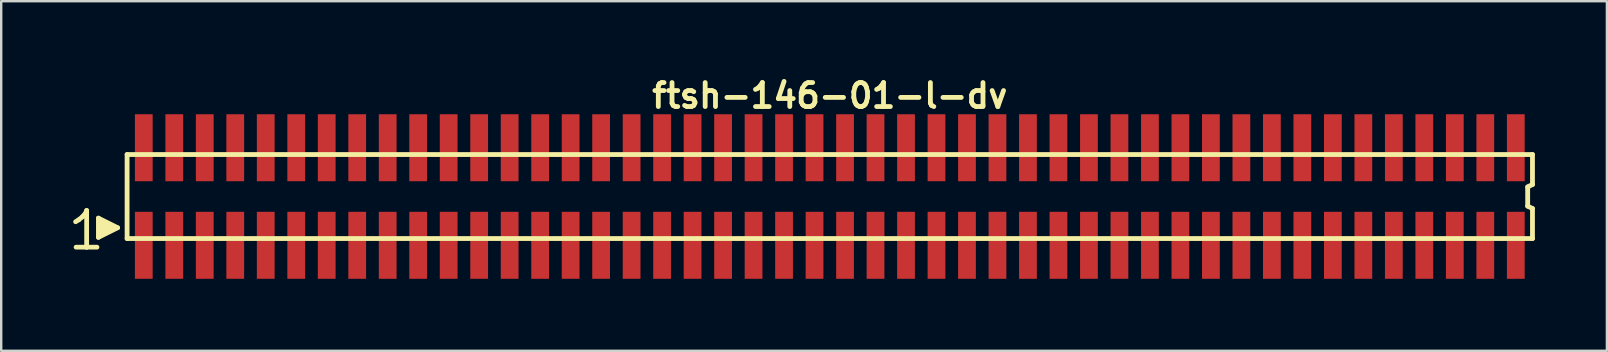
<source format=kicad_pcb>
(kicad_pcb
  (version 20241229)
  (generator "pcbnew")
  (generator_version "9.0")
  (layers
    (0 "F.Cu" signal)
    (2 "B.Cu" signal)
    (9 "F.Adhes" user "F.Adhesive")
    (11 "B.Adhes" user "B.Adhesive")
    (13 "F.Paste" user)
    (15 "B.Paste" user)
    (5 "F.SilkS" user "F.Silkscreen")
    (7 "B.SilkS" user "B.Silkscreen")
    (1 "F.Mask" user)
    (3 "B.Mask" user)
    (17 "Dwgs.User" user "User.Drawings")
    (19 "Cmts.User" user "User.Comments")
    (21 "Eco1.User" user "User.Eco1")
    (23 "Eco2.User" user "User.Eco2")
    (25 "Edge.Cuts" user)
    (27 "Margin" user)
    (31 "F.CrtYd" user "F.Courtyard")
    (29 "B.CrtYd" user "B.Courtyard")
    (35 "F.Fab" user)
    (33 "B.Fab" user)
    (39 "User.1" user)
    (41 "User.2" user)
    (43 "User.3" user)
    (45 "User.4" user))
  (footprint "ftsh-146-01-l-dv"
    (layer "F.Cu")
    (at 31.514 5.136)
    (property "Reference" "ftsh-146-01-l-dv" (at 0 -4.2 0) (layer "F.SilkS") (effects (font (size 1 1) (thickness 0.2))))
    (attr through_hole)
    (fp_line (start -31.415 1.05) (end -31.285 0.97) (stroke (width 0.198) (type solid)) (layer "F.SilkS"))
    (fp_line (start -31.285 0.97) (end -31.125 0.84) (stroke (width 0.198) (type solid)) (layer "F.SilkS"))
    (fp_line (start -31.125 0.84) (end -30.985 0.67) (stroke (width 0.198) (type solid)) (layer "F.SilkS"))
    (fp_line (start -30.985 0.67) (end -30.955 0.58) (stroke (width 0.198) (type solid)) (layer "F.SilkS"))
    (fp_line (start -30.955 0.58) (end -30.955 2.11) (stroke (width 0.198) (type solid)) (layer "F.SilkS"))
    (fp_line (start -30.955 2.11) (end -31.395 2.11) (stroke (width 0.198) (type solid)) (layer "F.SilkS"))
    (fp_line (start -30.525 2.11) (end -30.965 2.11) (stroke (width 0.198) (type solid)) (layer "F.SilkS"))
    (fp_line (start -30.465 0.9) (end -29.665 1.3) (stroke (width 0.198) (type solid)) (layer "F.SilkS"))
    (fp_line (start -30.465 1.7) (end -30.465 0.9) (stroke (width 0.198) (type solid)) (layer "F.SilkS"))
    (fp_line (start -30.365 1.6) (end -30.365 1) (stroke (width 0.198) (type solid)) (layer "F.SilkS"))
    (fp_line (start -30.265 1.1) (end -30.265 1.5) (stroke (width 0.198) (type solid)) (layer "F.SilkS"))
    (fp_line (start -30.165 1.5) (end -30.165 1.1) (stroke (width 0.198) (type solid)) (layer "F.SilkS"))
    (fp_line (start -30.065 1.2) (end -30.065 1.4) (stroke (width 0.198) (type solid)) (layer "F.SilkS"))
    (fp_line (start -29.965 1.4) (end -29.965 1.2) (stroke (width 0.198) (type solid)) (layer "F.SilkS"))
    (fp_line (start -29.665 1.3) (end -30.465 1.7) (stroke (width 0.198) (type solid)) (layer "F.SilkS"))
    (fp_line (start -29.27 -1.75) (end -29.27 1.75) (stroke (width 0.2) (type solid)) (layer "F.SilkS"))
    (fp_line (start -29.27 -1.75) (end 29.27 -1.75) (stroke (width 0.2) (type solid)) (layer "F.SilkS"))
    (fp_line (start -29.27 1.75) (end 29.27 1.75) (stroke (width 0.2) (type solid)) (layer "F.SilkS"))
    (fp_line (start 29.07 -0.4) (end 29.07 0.4) (stroke (width 0.2) (type solid)) (layer "F.SilkS"))
    (fp_line (start 29.07 -0.4) (end 29.27 -0.5) (stroke (width 0.2) (type solid)) (layer "F.SilkS"))
    (fp_line (start 29.07 0.4) (end 29.27 0.5) (stroke (width 0.2) (type solid)) (layer "F.SilkS"))
    (fp_line (start 29.27 -0.5) (end 29.27 -1.75) (stroke (width 0.2) (type solid)) (layer "F.SilkS"))
    (fp_line (start 29.27 0.5) (end 29.27 1.75) (stroke (width 0.2) (type solid)) (layer "F.SilkS"))
    (pad "1" smd rect (at -28.575 2.032) (size 0.74 2.79) (layers "F.Cu" "F.Mask" "F.Paste"))
    (pad "2" smd rect (at -28.575 -2.032) (size 0.74 2.79) (layers "F.Cu" "F.Mask" "F.Paste"))
    (pad "3" smd rect (at -27.305 2.032) (size 0.74 2.79) (layers "F.Cu" "F.Mask" "F.Paste"))
    (pad "4" smd rect (at -27.305 -2.032) (size 0.74 2.79) (layers "F.Cu" "F.Mask" "F.Paste"))
    (pad "5" smd rect (at -26.035 2.032) (size 0.74 2.79) (layers "F.Cu" "F.Mask" "F.Paste"))
    (pad "6" smd rect (at -26.035 -2.032) (size 0.74 2.79) (layers "F.Cu" "F.Mask" "F.Paste"))
    (pad "7" smd rect (at -24.765 2.032) (size 0.74 2.79) (layers "F.Cu" "F.Mask" "F.Paste"))
    (pad "8" smd rect (at -24.765 -2.032) (size 0.74 2.79) (layers "F.Cu" "F.Mask" "F.Paste"))
    (pad "9" smd rect (at -23.495 2.032) (size 0.74 2.79) (layers "F.Cu" "F.Mask" "F.Paste"))
    (pad "10" smd rect (at -23.495 -2.032) (size 0.74 2.79) (layers "F.Cu" "F.Mask" "F.Paste"))
    (pad "11" smd rect (at -22.225 2.032) (size 0.74 2.79) (layers "F.Cu" "F.Mask" "F.Paste"))
    (pad "12" smd rect (at -22.225 -2.032) (size 0.74 2.79) (layers "F.Cu" "F.Mask" "F.Paste"))
    (pad "13" smd rect (at -20.955 2.032) (size 0.74 2.79) (layers "F.Cu" "F.Mask" "F.Paste"))
    (pad "14" smd rect (at -20.955 -2.032) (size 0.74 2.79) (layers "F.Cu" "F.Mask" "F.Paste"))
    (pad "15" smd rect (at -19.685 2.032) (size 0.74 2.79) (layers "F.Cu" "F.Mask" "F.Paste"))
    (pad "16" smd rect (at -19.685 -2.032) (size 0.74 2.79) (layers "F.Cu" "F.Mask" "F.Paste"))
    (pad "17" smd rect (at -18.415 2.032) (size 0.74 2.79) (layers "F.Cu" "F.Mask" "F.Paste"))
    (pad "18" smd rect (at -18.415 -2.032) (size 0.74 2.79) (layers "F.Cu" "F.Mask" "F.Paste"))
    (pad "19" smd rect (at -17.145 2.032) (size 0.74 2.79) (layers "F.Cu" "F.Mask" "F.Paste"))
    (pad "20" smd rect (at -17.145 -2.032) (size 0.74 2.79) (layers "F.Cu" "F.Mask" "F.Paste"))
    (pad "21" smd rect (at -15.875 2.032) (size 0.74 2.79) (layers "F.Cu" "F.Mask" "F.Paste"))
    (pad "22" smd rect (at -15.875 -2.032) (size 0.74 2.79) (layers "F.Cu" "F.Mask" "F.Paste"))
    (pad "23" smd rect (at -14.605 2.032) (size 0.74 2.79) (layers "F.Cu" "F.Mask" "F.Paste"))
    (pad "24" smd rect (at -14.605 -2.032) (size 0.74 2.79) (layers "F.Cu" "F.Mask" "F.Paste"))
    (pad "25" smd rect (at -13.335 2.032) (size 0.74 2.79) (layers "F.Cu" "F.Mask" "F.Paste"))
    (pad "26" smd rect (at -13.335 -2.032) (size 0.74 2.79) (layers "F.Cu" "F.Mask" "F.Paste"))
    (pad "27" smd rect (at -12.065 2.032) (size 0.74 2.79) (layers "F.Cu" "F.Mask" "F.Paste"))
    (pad "28" smd rect (at -12.065 -2.032) (size 0.74 2.79) (layers "F.Cu" "F.Mask" "F.Paste"))
    (pad "29" smd rect (at -10.795 2.032) (size 0.74 2.79) (layers "F.Cu" "F.Mask" "F.Paste"))
    (pad "30" smd rect (at -10.795 -2.032) (size 0.74 2.79) (layers "F.Cu" "F.Mask" "F.Paste"))
    (pad "31" smd rect (at -9.525 2.032) (size 0.74 2.79) (layers "F.Cu" "F.Mask" "F.Paste"))
    (pad "32" smd rect (at -9.525 -2.032) (size 0.74 2.79) (layers "F.Cu" "F.Mask" "F.Paste"))
    (pad "33" smd rect (at -8.255 2.032) (size 0.74 2.79) (layers "F.Cu" "F.Mask" "F.Paste"))
    (pad "34" smd rect (at -8.255 -2.032) (size 0.74 2.79) (layers "F.Cu" "F.Mask" "F.Paste"))
    (pad "35" smd rect (at -6.985 2.032) (size 0.74 2.79) (layers "F.Cu" "F.Mask" "F.Paste"))
    (pad "36" smd rect (at -6.985 -2.032) (size 0.74 2.79) (layers "F.Cu" "F.Mask" "F.Paste"))
    (pad "37" smd rect (at -5.715 2.032) (size 0.74 2.79) (layers "F.Cu" "F.Mask" "F.Paste"))
    (pad "38" smd rect (at -5.715 -2.032) (size 0.74 2.79) (layers "F.Cu" "F.Mask" "F.Paste"))
    (pad "39" smd rect (at -4.445 2.032) (size 0.74 2.79) (layers "F.Cu" "F.Mask" "F.Paste"))
    (pad "40" smd rect (at -4.445 -2.032) (size 0.74 2.79) (layers "F.Cu" "F.Mask" "F.Paste"))
    (pad "41" smd rect (at -3.175 2.032) (size 0.74 2.79) (layers "F.Cu" "F.Mask" "F.Paste"))
    (pad "42" smd rect (at -3.175 -2.032) (size 0.74 2.79) (layers "F.Cu" "F.Mask" "F.Paste"))
    (pad "43" smd rect (at -1.905 2.032) (size 0.74 2.79) (layers "F.Cu" "F.Mask" "F.Paste"))
    (pad "44" smd rect (at -1.905 -2.032) (size 0.74 2.79) (layers "F.Cu" "F.Mask" "F.Paste"))
    (pad "45" smd rect (at -0.635 2.032) (size 0.74 2.79) (layers "F.Cu" "F.Mask" "F.Paste"))
    (pad "46" smd rect (at -0.635 -2.032) (size 0.74 2.79) (layers "F.Cu" "F.Mask" "F.Paste"))
    (pad "47" smd rect (at 0.635 2.032) (size 0.74 2.79) (layers "F.Cu" "F.Mask" "F.Paste"))
    (pad "48" smd rect (at 0.635 -2.032) (size 0.74 2.79) (layers "F.Cu" "F.Mask" "F.Paste"))
    (pad "49" smd rect (at 1.905 2.032) (size 0.74 2.79) (layers "F.Cu" "F.Mask" "F.Paste"))
    (pad "50" smd rect (at 1.905 -2.032) (size 0.74 2.79) (layers "F.Cu" "F.Mask" "F.Paste"))
    (pad "51" smd rect (at 3.175 2.032) (size 0.74 2.79) (layers "F.Cu" "F.Mask" "F.Paste"))
    (pad "52" smd rect (at 3.175 -2.032) (size 0.74 2.79) (layers "F.Cu" "F.Mask" "F.Paste"))
    (pad "53" smd rect (at 4.445 2.032) (size 0.74 2.79) (layers "F.Cu" "F.Mask" "F.Paste"))
    (pad "54" smd rect (at 4.445 -2.032) (size 0.74 2.79) (layers "F.Cu" "F.Mask" "F.Paste"))
    (pad "55" smd rect (at 5.715 2.032) (size 0.74 2.79) (layers "F.Cu" "F.Mask" "F.Paste"))
    (pad "56" smd rect (at 5.715 -2.032) (size 0.74 2.79) (layers "F.Cu" "F.Mask" "F.Paste"))
    (pad "57" smd rect (at 6.985 2.032) (size 0.74 2.79) (layers "F.Cu" "F.Mask" "F.Paste"))
    (pad "58" smd rect (at 6.985 -2.032) (size 0.74 2.79) (layers "F.Cu" "F.Mask" "F.Paste"))
    (pad "59" smd rect (at 8.255 2.032) (size 0.74 2.79) (layers "F.Cu" "F.Mask" "F.Paste"))
    (pad "60" smd rect (at 8.255 -2.032) (size 0.74 2.79) (layers "F.Cu" "F.Mask" "F.Paste"))
    (pad "61" smd rect (at 9.525 2.032) (size 0.74 2.79) (layers "F.Cu" "F.Mask" "F.Paste"))
    (pad "62" smd rect (at 9.525 -2.032) (size 0.74 2.79) (layers "F.Cu" "F.Mask" "F.Paste"))
    (pad "63" smd rect (at 10.795 2.032) (size 0.74 2.79) (layers "F.Cu" "F.Mask" "F.Paste"))
    (pad "64" smd rect (at 10.795 -2.032) (size 0.74 2.79) (layers "F.Cu" "F.Mask" "F.Paste"))
    (pad "65" smd rect (at 12.065 2.032) (size 0.74 2.79) (layers "F.Cu" "F.Mask" "F.Paste"))
    (pad "66" smd rect (at 12.065 -2.032) (size 0.74 2.79) (layers "F.Cu" "F.Mask" "F.Paste"))
    (pad "67" smd rect (at 13.335 2.032) (size 0.74 2.79) (layers "F.Cu" "F.Mask" "F.Paste"))
    (pad "68" smd rect (at 13.335 -2.032) (size 0.74 2.79) (layers "F.Cu" "F.Mask" "F.Paste"))
    (pad "69" smd rect (at 14.605 2.032) (size 0.74 2.79) (layers "F.Cu" "F.Mask" "F.Paste"))
    (pad "70" smd rect (at 14.605 -2.032) (size 0.74 2.79) (layers "F.Cu" "F.Mask" "F.Paste"))
    (pad "71" smd rect (at 15.875 2.032) (size 0.74 2.79) (layers "F.Cu" "F.Mask" "F.Paste"))
    (pad "72" smd rect (at 15.875 -2.032) (size 0.74 2.79) (layers "F.Cu" "F.Mask" "F.Paste"))
    (pad "73" smd rect (at 17.145 2.032) (size 0.74 2.79) (layers "F.Cu" "F.Mask" "F.Paste"))
    (pad "74" smd rect (at 17.145 -2.032) (size 0.74 2.79) (layers "F.Cu" "F.Mask" "F.Paste"))
    (pad "75" smd rect (at 18.415 2.032) (size 0.74 2.79) (layers "F.Cu" "F.Mask" "F.Paste"))
    (pad "76" smd rect (at 18.415 -2.032) (size 0.74 2.79) (layers "F.Cu" "F.Mask" "F.Paste"))
    (pad "77" smd rect (at 19.685 2.032) (size 0.74 2.79) (layers "F.Cu" "F.Mask" "F.Paste"))
    (pad "78" smd rect (at 19.685 -2.032) (size 0.74 2.79) (layers "F.Cu" "F.Mask" "F.Paste"))
    (pad "79" smd rect (at 20.955 2.032) (size 0.74 2.79) (layers "F.Cu" "F.Mask" "F.Paste"))
    (pad "80" smd rect (at 20.955 -2.032) (size 0.74 2.79) (layers "F.Cu" "F.Mask" "F.Paste"))
    (pad "81" smd rect (at 22.225 2.032) (size 0.74 2.79) (layers "F.Cu" "F.Mask" "F.Paste"))
    (pad "82" smd rect (at 22.225 -2.032) (size 0.74 2.79) (layers "F.Cu" "F.Mask" "F.Paste"))
    (pad "83" smd rect (at 23.495 2.032) (size 0.74 2.79) (layers "F.Cu" "F.Mask" "F.Paste"))
    (pad "84" smd rect (at 23.495 -2.032) (size 0.74 2.79) (layers "F.Cu" "F.Mask" "F.Paste"))
    (pad "85" smd rect (at 24.765 2.032) (size 0.74 2.79) (layers "F.Cu" "F.Mask" "F.Paste"))
    (pad "86" smd rect (at 24.765 -2.032) (size 0.74 2.79) (layers "F.Cu" "F.Mask" "F.Paste"))
    (pad "87" smd rect (at 26.035 2.032) (size 0.74 2.79) (layers "F.Cu" "F.Mask" "F.Paste"))
    (pad "88" smd rect (at 26.035 -2.032) (size 0.74 2.79) (layers "F.Cu" "F.Mask" "F.Paste"))
    (pad "89" smd rect (at 27.305 2.032) (size 0.74 2.79) (layers "F.Cu" "F.Mask" "F.Paste"))
    (pad "90" smd rect (at 27.305 -2.032) (size 0.74 2.79) (layers "F.Cu" "F.Mask" "F.Paste"))
    (pad "91" smd rect (at 28.575 2.032) (size 0.74 2.79) (layers "F.Cu" "F.Mask" "F.Paste"))
    (pad "92" smd rect (at 28.575 -2.032) (size 0.74 2.79) (layers "F.Cu" "F.Mask" "F.Paste")))
  (gr_rect
    (start -3 -3)
    (end 63.884 11.563)
    (stroke (width 0.1) (type default))
    (fill no)
    (layer "Edge.Cuts")))
</source>
